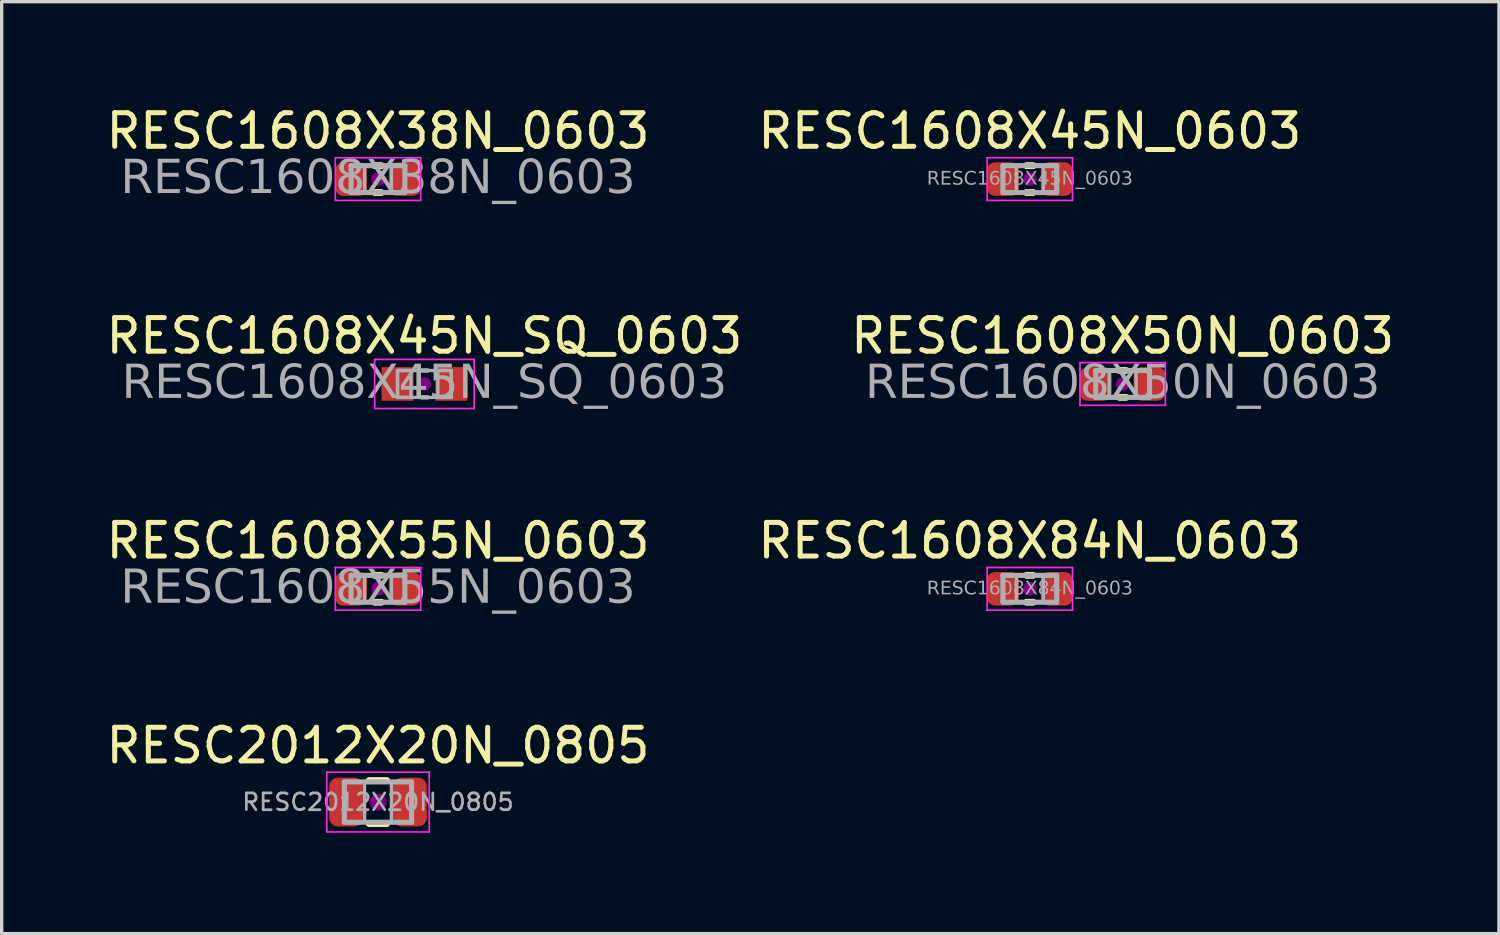
<source format=kicad_pcb>
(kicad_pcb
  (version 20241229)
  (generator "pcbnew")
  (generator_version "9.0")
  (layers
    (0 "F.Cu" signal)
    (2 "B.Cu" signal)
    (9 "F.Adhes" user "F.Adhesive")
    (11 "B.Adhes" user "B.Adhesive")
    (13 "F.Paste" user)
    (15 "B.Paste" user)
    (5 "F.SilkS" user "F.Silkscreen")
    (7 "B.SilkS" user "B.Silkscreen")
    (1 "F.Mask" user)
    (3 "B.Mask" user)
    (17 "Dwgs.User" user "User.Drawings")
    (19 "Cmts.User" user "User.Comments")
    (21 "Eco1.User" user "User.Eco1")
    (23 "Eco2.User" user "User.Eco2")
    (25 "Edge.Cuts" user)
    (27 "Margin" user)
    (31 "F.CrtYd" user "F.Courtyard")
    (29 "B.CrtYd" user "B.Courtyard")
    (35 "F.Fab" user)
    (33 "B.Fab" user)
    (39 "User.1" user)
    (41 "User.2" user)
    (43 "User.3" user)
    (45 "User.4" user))
  (footprint "RESC1608X45N_0603"
    (layer "F.Cu")
    (at 27.589 2.278)
    (property "Reference" "RESC1608X45N_0603" (at 0 -1.43 0) (layer "F.SilkS") (effects (font (size 1 1) (thickness 0.15))))
    (attr smd)
    (fp_line (start -0.1 -0.4) (end 0.1 -0.4) (stroke (width 0.203) (type solid)) (layer "F.SilkS"))
    (fp_line (start -0.1 0.4) (end 0.1 0.4) (stroke (width 0.203) (type solid)) (layer "F.SilkS"))
    (fp_circle (center 0 0) (end 0.2 0) (stroke (width 0) (type solid)) (fill yes) (layer "F.Adhes"))
    (fp_line (start -1.27 -0.635) (end 1.27 -0.635) (stroke (width 0.05) (type solid)) (layer "F.CrtYd"))
    (fp_line (start -1.27 0.635) (end -1.27 -0.635) (stroke (width 0.05) (type solid)) (layer "F.CrtYd"))
    (fp_line (start 1.27 -0.635) (end 1.27 0.635) (stroke (width 0.05) (type solid)) (layer "F.CrtYd"))
    (fp_line (start 1.27 0.635) (end -1.27 0.635) (stroke (width 0.05) (type solid)) (layer "F.CrtYd"))
    (fp_line (start -0.8 -0.4) (end 0.8 -0.4) (stroke (width 0.152) (type solid)) (layer "F.Fab"))
    (fp_line (start -0.8 0.4) (end -0.8 -0.4) (stroke (width 0.152) (type solid)) (layer "F.Fab"))
    (fp_line (start 0.8 -0.4) (end 0.8 0.4) (stroke (width 0.152) (type solid)) (layer "F.Fab"))
    (fp_line (start 0.8 0.4) (end -0.8 0.4) (stroke (width 0.152) (type solid)) (layer "F.Fab"))
    (fp_rect (start -0.8 -0.4) (end -0.4 0.4) (stroke (width 0.1) (type solid)) (fill no) (layer "F.Fab"))
    (fp_rect (start 0.8 0.4) (end 0.4 -0.4) (stroke (width 0.1) (type solid)) (fill no) (layer "F.Fab"))
    (fp_text user "${REFERENCE}" (at 0 0 0) (layer "F.Fab") (effects (font (face "Tahoma") (size 0.4 0.4) (thickness 0.06))))
    (pad "1" smd roundrect (at -0.8 0) (size 0.95 1) (layers "F.Cu" "F.Mask" "F.Paste") (roundrect_rratio 0.25))
    (pad "2" smd roundrect (at 0.8 0) (size 0.95 1) (layers "F.Cu" "F.Mask" "F.Paste") (roundrect_rratio 0.25)))
  (footprint "RESC2012X20N_0805"
    (layer "F.Cu")
    (at 8.196 20.813)
    (property "Reference" "RESC2012X20N_0805" (at 0 -1.68 0) (layer "F.SilkS") (effects (font (size 1 1) (thickness 0.15))))
    (attr smd)
    (fp_line (start -0.261 -0.64) (end 0.261 -0.64) (stroke (width 0.203) (type solid)) (layer "F.SilkS"))
    (fp_line (start -0.261 0.64) (end 0.261 0.64) (stroke (width 0.203) (type solid)) (layer "F.SilkS"))
    (fp_circle (center 0 0) (end 0.25 0) (stroke (width 0) (type solid)) (fill yes) (layer "F.Adhes"))
    (fp_line (start -1.524 -0.889) (end 1.524 -0.889) (stroke (width 0.05) (type solid)) (layer "F.CrtYd"))
    (fp_line (start -1.524 0.889) (end -1.524 -0.889) (stroke (width 0.05) (type solid)) (layer "F.CrtYd"))
    (fp_line (start 1.524 -0.889) (end 1.524 0.889) (stroke (width 0.05) (type solid)) (layer "F.CrtYd"))
    (fp_line (start 1.524 0.889) (end -1.524 0.889) (stroke (width 0.05) (type solid)) (layer "F.CrtYd"))
    (fp_line (start -1 -0.6) (end 1 -0.6) (stroke (width 0.152) (type solid)) (layer "F.Fab"))
    (fp_line (start -1 0.6) (end -1 -0.6) (stroke (width 0.152) (type solid)) (layer "F.Fab"))
    (fp_line (start 1 -0.6) (end 1 0.6) (stroke (width 0.152) (type solid)) (layer "F.Fab"))
    (fp_line (start 1 0.6) (end -1 0.6) (stroke (width 0.152) (type solid)) (layer "F.Fab"))
    (fp_rect (start -1 -0.6) (end -0.4 0.6) (stroke (width 0.1) (type solid)) (fill no) (layer "F.Fab"))
    (fp_rect (start 0.4 -0.6) (end 1 0.6) (stroke (width 0.1) (type solid)) (fill no) (layer "F.Fab"))
    (fp_text user "${REFERENCE}" (at 0 0 0) (layer "F.Fab") (effects (font (size 0.5 0.5) (thickness 0.08))))
    (pad "1" smd roundrect (at -0.95 0) (size 1 1.45) (layers "F.Cu" "F.Mask" "F.Paste") (roundrect_rratio 0.25))
    (pad "2" smd roundrect (at 0.95 0) (size 1 1.45) (layers "F.Cu" "F.Mask" "F.Paste") (roundrect_rratio 0.25)))
  (footprint "RESC1608X55N_0603"
    (layer "F.Cu")
    (at 8.196 14.468)
    (property "Reference" "RESC1608X55N_0603" (at 0 -1.43 0) (layer "F.SilkS") (effects (font (size 1 1) (thickness 0.15))))
    (attr smd)
    (fp_line (start -0.1 -0.4) (end 0.1 -0.4) (stroke (width 0.203) (type solid)) (layer "F.SilkS"))
    (fp_line (start -0.1 0.4) (end 0.1 0.4) (stroke (width 0.203) (type solid)) (layer "F.SilkS"))
    (fp_circle (center 0 0) (end 0.2 0) (stroke (width 0) (type solid)) (fill yes) (layer "F.Adhes"))
    (fp_line (start -1.27 -0.635) (end 1.27 -0.635) (stroke (width 0.05) (type solid)) (layer "F.CrtYd"))
    (fp_line (start -1.27 0.635) (end -1.27 -0.635) (stroke (width 0.05) (type solid)) (layer "F.CrtYd"))
    (fp_line (start 1.27 -0.635) (end 1.27 0.635) (stroke (width 0.05) (type solid)) (layer "F.CrtYd"))
    (fp_line (start 1.27 0.635) (end -1.27 0.635) (stroke (width 0.05) (type solid)) (layer "F.CrtYd"))
    (fp_line (start -0.8 -0.4) (end 0.8 -0.4) (stroke (width 0.152) (type solid)) (layer "F.Fab"))
    (fp_line (start -0.8 0.4) (end -0.8 -0.4) (stroke (width 0.152) (type solid)) (layer "F.Fab"))
    (fp_line (start 0.8 -0.4) (end 0.8 0.4) (stroke (width 0.152) (type solid)) (layer "F.Fab"))
    (fp_line (start 0.8 0.4) (end -0.8 0.4) (stroke (width 0.152) (type solid)) (layer "F.Fab"))
    (fp_rect (start -0.8 -0.4) (end -0.4 0.4) (stroke (width 0.1) (type solid)) (fill no) (layer "F.Fab"))
    (fp_rect (start 0.8 0.4) (end 0.4 -0.4) (stroke (width 0.1) (type solid)) (fill no) (layer "F.Fab"))
    (fp_text user "${REFERENCE}" (at 0 0 0) (layer "F.Fab") (effects (font (face "Tahoma") (size 1 1) (thickness 0.15))))
    (pad "1" smd roundrect (at -0.8 0) (size 0.95 1) (layers "F.Cu" "F.Mask" "F.Paste") (roundrect_rratio 0.25))
    (pad "2" smd roundrect (at 0.8 0) (size 0.95 1) (layers "F.Cu" "F.Mask" "F.Paste") (roundrect_rratio 0.25)))
  (footprint "RESC1608X45N_SQ_0603"
    (layer "F.Cu")
    (at 9.577 8.373)
    (property "Reference" "RESC1608X45N_SQ_0603" (at 0 -1.43 0) (layer "F.SilkS") (effects (font (size 1 1) (thickness 0.15))))
    (attr smd)
    (fp_line (start -0.1 -0.4) (end 0.1 -0.4) (stroke (width 0.12) (type solid)) (layer "F.SilkS"))
    (fp_line (start -0.1 0.4) (end 0.1 0.4) (stroke (width 0.12) (type solid)) (layer "F.SilkS"))
    (fp_circle (center 0 0) (end 0.2 0) (stroke (width 0) (type solid)) (fill yes) (layer "F.Adhes"))
    (fp_line (start -1.48 -0.73) (end 1.48 -0.73) (stroke (width 0.05) (type solid)) (layer "F.CrtYd"))
    (fp_line (start -1.48 0.73) (end -1.48 -0.73) (stroke (width 0.05) (type solid)) (layer "F.CrtYd"))
    (fp_line (start 1.48 -0.73) (end 1.48 0.73) (stroke (width 0.05) (type solid)) (layer "F.CrtYd"))
    (fp_line (start 1.48 0.73) (end -1.48 0.73) (stroke (width 0.05) (type solid)) (layer "F.CrtYd"))
    (fp_line (start -0.8 -0.4) (end 0.8 -0.4) (stroke (width 0.1) (type solid)) (layer "F.Fab"))
    (fp_line (start -0.8 0.4) (end -0.8 -0.4) (stroke (width 0.1) (type solid)) (layer "F.Fab"))
    (fp_line (start 0.8 -0.4) (end 0.8 0.4) (stroke (width 0.1) (type solid)) (layer "F.Fab"))
    (fp_line (start 0.8 0.4) (end -0.8 0.4) (stroke (width 0.1) (type solid)) (layer "F.Fab"))
    (fp_rect (start -0.8 -0.4) (end -0.4 0.4) (stroke (width 0.1) (type solid)) (fill no) (layer "F.Fab"))
    (fp_rect (start 0.8 0.4) (end 0.4 -0.4) (stroke (width 0.1) (type solid)) (fill no) (layer "F.Fab"))
    (fp_text user "${REFERENCE}" (at 0 0 0) (layer "F.Fab") (effects (font (face "Tahoma") (size 1 1) (thickness 0.15))))
    (pad "1" smd rect (at -0.8 0) (size 0.95 1) (layers "F.Cu" "F.Mask" "F.Paste"))
    (pad "2" smd rect (at 0.8 0) (size 0.95 1) (layers "F.Cu" "F.Mask" "F.Paste")))
  (footprint "RESC1608X50N_0603"
    (layer "F.Cu")
    (at 30.351 8.373)
    (property "Reference" "RESC1608X50N_0603" (at 0 -1.43 0) (layer "F.SilkS") (effects (font (size 1 1) (thickness 0.15))))
    (attr smd)
    (fp_line (start -0.1 -0.4) (end 0.1 -0.4) (stroke (width 0.203) (type solid)) (layer "F.SilkS"))
    (fp_line (start -0.1 0.4) (end 0.1 0.4) (stroke (width 0.203) (type solid)) (layer "F.SilkS"))
    (fp_circle (center 0 0) (end 0.2 0) (stroke (width 0) (type solid)) (fill yes) (layer "F.Adhes"))
    (fp_line (start -1.27 -0.635) (end 1.27 -0.635) (stroke (width 0.05) (type solid)) (layer "F.CrtYd"))
    (fp_line (start -1.27 0.635) (end -1.27 -0.635) (stroke (width 0.05) (type solid)) (layer "F.CrtYd"))
    (fp_line (start 1.27 -0.635) (end 1.27 0.635) (stroke (width 0.05) (type solid)) (layer "F.CrtYd"))
    (fp_line (start 1.27 0.635) (end -1.27 0.635) (stroke (width 0.05) (type solid)) (layer "F.CrtYd"))
    (fp_line (start -0.8 -0.4) (end 0.8 -0.4) (stroke (width 0.152) (type solid)) (layer "F.Fab"))
    (fp_line (start -0.8 0.4) (end -0.8 -0.4) (stroke (width 0.152) (type solid)) (layer "F.Fab"))
    (fp_line (start 0.8 -0.4) (end 0.8 0.4) (stroke (width 0.152) (type solid)) (layer "F.Fab"))
    (fp_line (start 0.8 0.4) (end -0.8 0.4) (stroke (width 0.152) (type solid)) (layer "F.Fab"))
    (fp_rect (start -0.8 -0.4) (end -0.4 0.4) (stroke (width 0.1) (type solid)) (fill no) (layer "F.Fab"))
    (fp_rect (start 0.8 0.4) (end 0.4 -0.4) (stroke (width 0.1) (type solid)) (fill no) (layer "F.Fab"))
    (fp_text user "${REFERENCE}" (at 0 0 0) (layer "F.Fab") (effects (font (face "Tahoma") (size 1 1) (thickness 0.15))))
    (pad "1" smd roundrect (at -0.8 0) (size 0.95 1) (layers "F.Cu" "F.Mask" "F.Paste") (roundrect_rratio 0.25))
    (pad "2" smd roundrect (at 0.8 0) (size 0.95 1) (layers "F.Cu" "F.Mask" "F.Paste") (roundrect_rratio 0.25)))
  (footprint "RESC1608X84N_0603"
    (layer "F.Cu")
    (at 27.589 14.468)
    (property "Reference" "RESC1608X84N_0603" (at 0 -1.43 0) (layer "F.SilkS") (effects (font (size 1 1) (thickness 0.15))))
    (attr smd)
    (fp_line (start -0.1 -0.4) (end 0.1 -0.4) (stroke (width 0.203) (type solid)) (layer "F.SilkS"))
    (fp_line (start -0.1 0.4) (end 0.1 0.4) (stroke (width 0.203) (type solid)) (layer "F.SilkS"))
    (fp_circle (center 0 0) (end 0.2 0) (stroke (width 0) (type solid)) (fill yes) (layer "F.Adhes"))
    (fp_line (start -1.27 -0.635) (end 1.27 -0.635) (stroke (width 0.05) (type solid)) (layer "F.CrtYd"))
    (fp_line (start -1.27 0.635) (end -1.27 -0.635) (stroke (width 0.05) (type solid)) (layer "F.CrtYd"))
    (fp_line (start 1.27 -0.635) (end 1.27 0.635) (stroke (width 0.05) (type solid)) (layer "F.CrtYd"))
    (fp_line (start 1.27 0.635) (end -1.27 0.635) (stroke (width 0.05) (type solid)) (layer "F.CrtYd"))
    (fp_line (start -0.8 -0.4) (end 0.8 -0.4) (stroke (width 0.152) (type solid)) (layer "F.Fab"))
    (fp_line (start -0.8 0.4) (end -0.8 -0.4) (stroke (width 0.152) (type solid)) (layer "F.Fab"))
    (fp_line (start 0.8 -0.4) (end 0.8 0.4) (stroke (width 0.152) (type solid)) (layer "F.Fab"))
    (fp_line (start 0.8 0.4) (end -0.8 0.4) (stroke (width 0.152) (type solid)) (layer "F.Fab"))
    (fp_rect (start -0.8 -0.4) (end -0.4 0.4) (stroke (width 0.1) (type solid)) (fill no) (layer "F.Fab"))
    (fp_rect (start 0.8 0.4) (end 0.4 -0.4) (stroke (width 0.1) (type solid)) (fill no) (layer "F.Fab"))
    (fp_text user "${REFERENCE}" (at 0 0 0) (layer "F.Fab") (effects (font (face "Tahoma") (size 0.4 0.4) (thickness 0.06))))
    (pad "1" smd roundrect (at -0.8 0) (size 0.95 1) (layers "F.Cu" "F.Mask" "F.Paste") (roundrect_rratio 0.25))
    (pad "2" smd roundrect (at 0.8 0) (size 0.95 1) (layers "F.Cu" "F.Mask" "F.Paste") (roundrect_rratio 0.25)))
  (footprint "RESC1608X38N_0603"
    (layer "F.Cu")
    (at 8.196 2.278)
    (property "Reference" "RESC1608X38N_0603" (at 0 -1.43 0) (layer "F.SilkS") (effects (font (size 1 1) (thickness 0.15))))
    (attr smd)
    (fp_line (start -0.1 -0.4) (end 0.1 -0.4) (stroke (width 0.203) (type solid)) (layer "F.SilkS"))
    (fp_line (start -0.1 0.4) (end 0.1 0.4) (stroke (width 0.203) (type solid)) (layer "F.SilkS"))
    (fp_circle (center 0 0) (end 0.2 0) (stroke (width 0) (type solid)) (fill yes) (layer "F.Adhes"))
    (fp_line (start -1.27 -0.635) (end 1.27 -0.635) (stroke (width 0.05) (type solid)) (layer "F.CrtYd"))
    (fp_line (start -1.27 0.635) (end -1.27 -0.635) (stroke (width 0.05) (type solid)) (layer "F.CrtYd"))
    (fp_line (start 1.27 -0.635) (end 1.27 0.635) (stroke (width 0.05) (type solid)) (layer "F.CrtYd"))
    (fp_line (start 1.27 0.635) (end -1.27 0.635) (stroke (width 0.05) (type solid)) (layer "F.CrtYd"))
    (fp_line (start -0.8 -0.4) (end 0.8 -0.4) (stroke (width 0.152) (type solid)) (layer "F.Fab"))
    (fp_line (start -0.8 0.4) (end -0.8 -0.4) (stroke (width 0.152) (type solid)) (layer "F.Fab"))
    (fp_line (start 0.8 -0.4) (end 0.8 0.4) (stroke (width 0.152) (type solid)) (layer "F.Fab"))
    (fp_line (start 0.8 0.4) (end -0.8 0.4) (stroke (width 0.152) (type solid)) (layer "F.Fab"))
    (fp_rect (start -0.8 -0.4) (end -0.4 0.4) (stroke (width 0.1) (type solid)) (fill no) (layer "F.Fab"))
    (fp_rect (start 0.8 0.4) (end 0.4 -0.4) (stroke (width 0.1) (type solid)) (fill no) (layer "F.Fab"))
    (fp_text user "${REFERENCE}" (at 0 0 0) (layer "F.Fab") (effects (font (face "Tahoma") (size 1 1) (thickness 0.15))))
    (pad "1" smd roundrect (at -0.8 0) (size 0.95 1) (layers "F.Cu" "F.Mask" "F.Paste") (roundrect_rratio 0.25))
    (pad "2" smd roundrect (at 0.8 0) (size 0.95 1) (layers "F.Cu" "F.Mask" "F.Paste") (roundrect_rratio 0.25)))
  (gr_rect
    (start -3 -3)
    (end 41.548 24.727)
    (stroke (width 0.1) (type default))
    (fill no)
    (layer "Edge.Cuts")))
</source>
